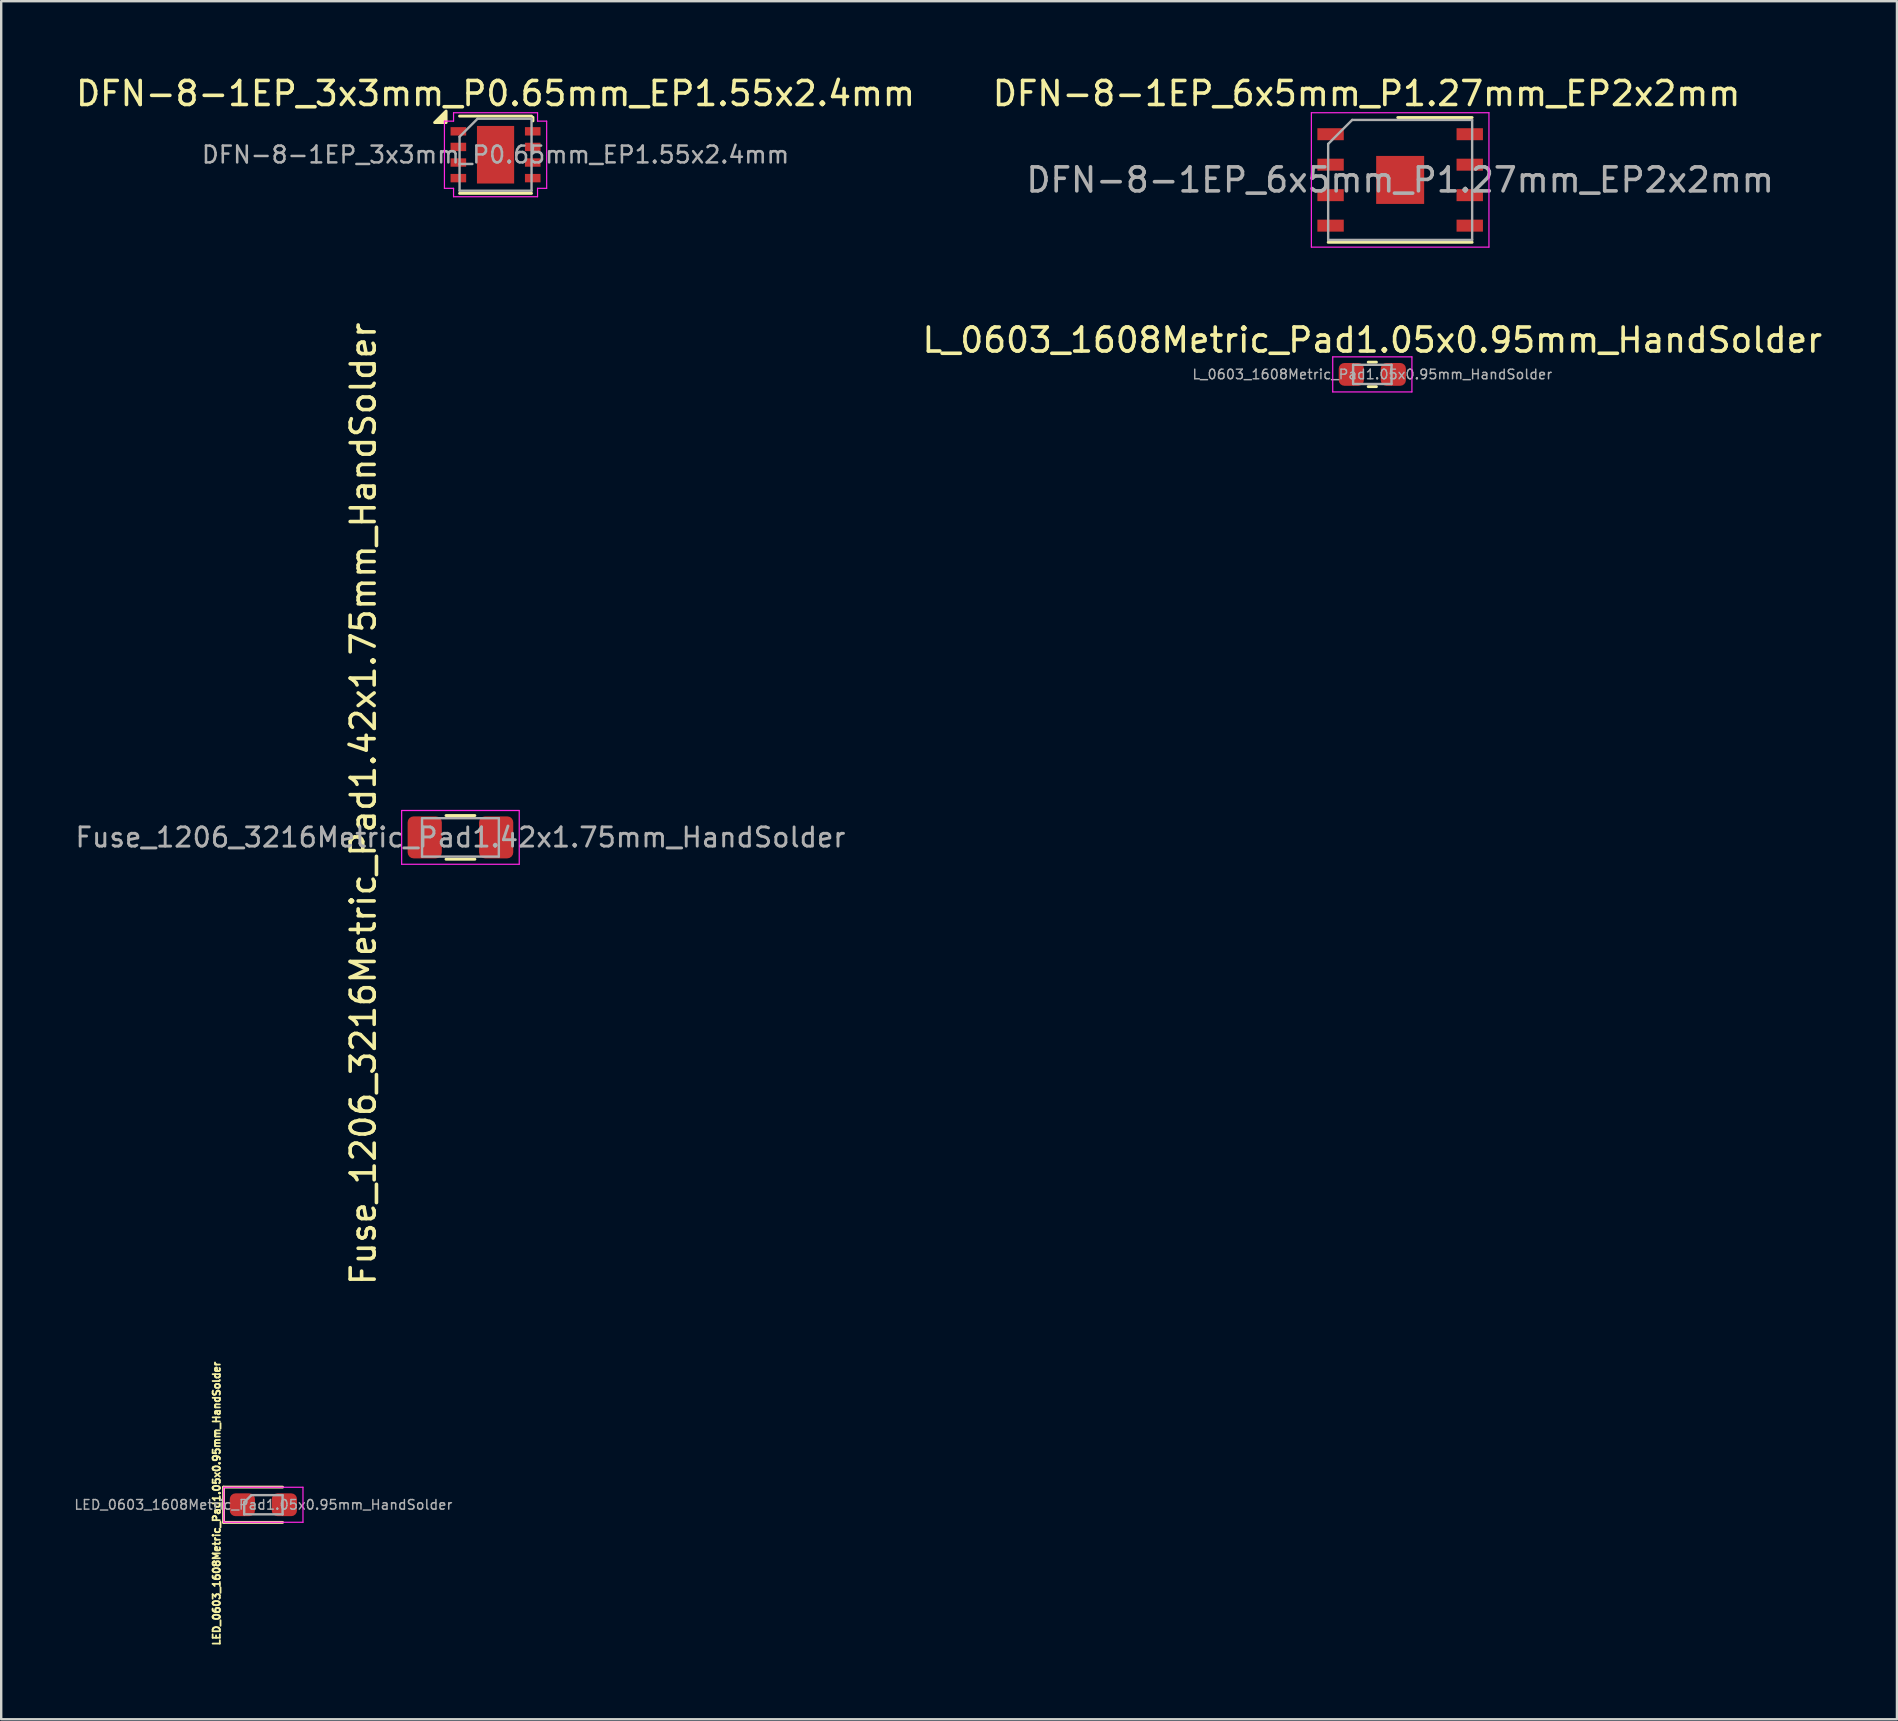
<source format=kicad_pcb>
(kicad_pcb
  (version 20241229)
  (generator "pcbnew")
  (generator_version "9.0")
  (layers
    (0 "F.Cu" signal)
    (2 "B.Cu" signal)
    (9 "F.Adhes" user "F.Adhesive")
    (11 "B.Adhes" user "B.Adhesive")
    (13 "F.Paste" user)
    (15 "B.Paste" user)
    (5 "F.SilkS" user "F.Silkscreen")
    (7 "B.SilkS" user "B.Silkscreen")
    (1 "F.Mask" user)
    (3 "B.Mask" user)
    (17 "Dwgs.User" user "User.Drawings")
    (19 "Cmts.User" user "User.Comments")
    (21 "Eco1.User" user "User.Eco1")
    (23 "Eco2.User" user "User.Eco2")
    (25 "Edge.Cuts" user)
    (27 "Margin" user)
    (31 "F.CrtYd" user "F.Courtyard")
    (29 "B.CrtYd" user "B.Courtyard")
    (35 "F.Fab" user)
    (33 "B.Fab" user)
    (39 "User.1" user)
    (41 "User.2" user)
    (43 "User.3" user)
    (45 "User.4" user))
  (footprint "DFN-8-1EP_6x5mm_P1.27mm_EP2x2mm"
    (layer "F.Cu")
    (at 55.299 4.448)
    (property "Reference" "DFN-8-1EP_6x5mm_P1.27mm_EP2x2mm" (at -1.4 -3.6 0) (layer "F.SilkS") (effects (font (size 1 1) (thickness 0.15))))
    (attr smd)
    (fp_line (start 3 -2.6) (end -0.1 -2.6) (stroke (width 0.12) (type solid)) (layer "F.SilkS"))
    (fp_line (start 3 2.6) (end -3 2.6) (stroke (width 0.12) (type solid)) (layer "F.SilkS"))
    (fp_line (start -3.7 -2.8) (end -3.7 2.8) (stroke (width 0.05) (type solid)) (layer "F.CrtYd"))
    (fp_line (start -3.7 2.8) (end 3.7 2.8) (stroke (width 0.05) (type solid)) (layer "F.CrtYd"))
    (fp_line (start 3.7 -2.8) (end -3.7 -2.8) (stroke (width 0.05) (type solid)) (layer "F.CrtYd"))
    (fp_line (start 3.7 2.8) (end 3.7 -2.8) (stroke (width 0.05) (type solid)) (layer "F.CrtYd"))
    (fp_line (start -3 -1.5) (end -3 2.5) (stroke (width 0.1) (type solid)) (layer "F.Fab"))
    (fp_line (start -3 -1.5) (end -2 -2.5) (stroke (width 0.1) (type solid)) (layer "F.Fab"))
    (fp_line (start -3 2.5) (end 3 2.5) (stroke (width 0.1) (type solid)) (layer "F.Fab"))
    (fp_line (start 3 -2.5) (end -2 -2.5) (stroke (width 0.1) (type solid)) (layer "F.Fab"))
    (fp_line (start 3 2.5) (end 3 -2.5) (stroke (width 0.1) (type solid)) (layer "F.Fab"))
    (fp_text user "${REFERENCE}" (at 0 0 0) (layer "F.Fab") (effects (font (size 1 1) (thickness 0.15))))
    (pad "" smd rect (at -0.5 -0.5 90) (size 0.8 0.8) (layers "F.Paste"))
    (pad "" smd rect (at -0.5 0.5 90) (size 0.8 0.8) (layers "F.Paste"))
    (pad "" smd rect (at 0.5 -0.5 90) (size 0.8 0.8) (layers "F.Paste"))
    (pad "" smd rect (at 0.5 0.5 90) (size 0.8 0.8) (layers "F.Paste"))
    (pad "1" smd rect (at -2.9 -1.905 90) (size 0.5 1.1) (layers "F.Cu" "F.Mask" "F.Paste"))
    (pad "2" smd rect (at -2.9 -0.635 90) (size 0.5 1.1) (layers "F.Cu" "F.Mask" "F.Paste"))
    (pad "3" smd rect (at -2.9 0.635 90) (size 0.5 1.1) (layers "F.Cu" "F.Mask" "F.Paste"))
    (pad "4" smd rect (at -2.9 1.905 90) (size 0.5 1.1) (layers "F.Cu" "F.Mask" "F.Paste"))
    (pad "5" smd rect (at 2.9 1.905 90) (size 0.5 1.1) (layers "F.Cu" "F.Mask" "F.Paste"))
    (pad "6" smd rect (at 2.9 0.635 90) (size 0.5 1.1) (layers "F.Cu" "F.Mask" "F.Paste"))
    (pad "7" smd rect (at 2.9 -0.635 90) (size 0.5 1.1) (layers "F.Cu" "F.Mask" "F.Paste"))
    (pad "8" smd rect (at 2.9 -1.905 90) (size 0.5 1.1) (layers "F.Cu" "F.Mask" "F.Paste"))
    (pad "9" smd rect (at 0 0 90) (size 2 2) (layers "F.Cu" "F.Mask")))
  (footprint "DFN-8-1EP_3x3mm_P0.65mm_EP1.55x2.4mm"
    (layer "F.Cu")
    (at 17.601 3.398)
    (property "Reference" "DFN-8-1EP_3x3mm_P0.65mm_EP1.55x2.4mm" (at 0 -2.55 0) (layer "F.SilkS") (effects (font (size 1 1) (thickness 0.15))))
    (attr smd)
    (fp_line (start -1.5 -1.61) (end 1.5 -1.61) (stroke (width 0.12) (type solid)) (layer "F.SilkS"))
    (fp_line (start -1.5 1.61) (end 1.5 1.61) (stroke (width 0.12) (type solid)) (layer "F.SilkS"))
    (fp_line (start 1.56 -1.56) (end 1.56 -1.41) (stroke (width 0.12) (type solid)) (layer "F.SilkS"))
    (fp_poly (pts (xy -2.06 -1.34) (xy -2.54 -1.34) (xy -2.06 -1.82) (xy -2.06 -1.34)) (stroke (width 0.12) (type solid)) (fill yes) (layer "F.SilkS"))
    (fp_line (start -2.13 -1.4) (end -2.13 1.4) (stroke (width 0.05) (type solid)) (layer "F.CrtYd"))
    (fp_line (start -1.75 -1.75) (end -1.75 -1.4) (stroke (width 0.05) (type solid)) (layer "F.CrtYd"))
    (fp_line (start -1.75 -1.75) (end 1.75 -1.75) (stroke (width 0.05) (type solid)) (layer "F.CrtYd"))
    (fp_line (start -1.75 -1.4) (end -2.13 -1.4) (stroke (width 0.05) (type solid)) (layer "F.CrtYd"))
    (fp_line (start -1.75 1.4) (end -2.13 1.4) (stroke (width 0.05) (type solid)) (layer "F.CrtYd"))
    (fp_line (start -1.75 1.75) (end -1.75 1.4) (stroke (width 0.05) (type solid)) (layer "F.CrtYd"))
    (fp_line (start -1.75 1.75) (end 1.75 1.75) (stroke (width 0.05) (type solid)) (layer "F.CrtYd"))
    (fp_line (start 1.75 -1.75) (end 1.75 -1.4) (stroke (width 0.05) (type solid)) (layer "F.CrtYd"))
    (fp_line (start 1.75 -1.4) (end 2.13 -1.4) (stroke (width 0.05) (type solid)) (layer "F.CrtYd"))
    (fp_line (start 1.75 1.4) (end 2.13 1.4) (stroke (width 0.05) (type solid)) (layer "F.CrtYd"))
    (fp_line (start 1.75 1.75) (end 1.75 1.4) (stroke (width 0.05) (type solid)) (layer "F.CrtYd"))
    (fp_line (start 2.13 -1.4) (end 2.13 1.4) (stroke (width 0.05) (type solid)) (layer "F.CrtYd"))
    (fp_line (start -1.5 -0.75) (end -0.75 -1.5) (stroke (width 0.1) (type solid)) (layer "F.Fab"))
    (fp_line (start -1.5 1.5) (end -1.5 -0.75) (stroke (width 0.1) (type solid)) (layer "F.Fab"))
    (fp_line (start -0.75 -1.5) (end 1.5 -1.5) (stroke (width 0.1) (type solid)) (layer "F.Fab"))
    (fp_line (start 1.5 -1.5) (end 1.5 1.5) (stroke (width 0.1) (type solid)) (layer "F.Fab"))
    (fp_line (start 1.5 1.5) (end -1.5 1.5) (stroke (width 0.1) (type solid)) (layer "F.Fab"))
    (fp_text user "${REFERENCE}" (at 0 0 0) (layer "F.Fab") (effects (font (size 0.7 0.7) (thickness 0.105))))
    (pad "" smd rect (at -0.388 -0.6 180) (size 0.6 1) (layers "F.Paste"))
    (pad "" smd rect (at -0.388 0.6 180) (size 0.6 1) (layers "F.Paste"))
    (pad "" smd rect (at 0.388 -0.6 180) (size 0.6 1) (layers "F.Paste"))
    (pad "" smd rect (at 0.388 0.6 180) (size 0.6 1) (layers "F.Paste"))
    (pad "1" smd rect (at -1.55 -0.975 180) (size 0.65 0.35) (layers "F.Cu" "F.Mask" "F.Paste"))
    (pad "2" smd rect (at -1.55 -0.325 180) (size 0.65 0.35) (layers "F.Cu" "F.Mask" "F.Paste"))
    (pad "3" smd rect (at -1.55 0.325 180) (size 0.65 0.35) (layers "F.Cu" "F.Mask" "F.Paste"))
    (pad "4" smd rect (at -1.55 0.975 180) (size 0.65 0.35) (layers "F.Cu" "F.Mask" "F.Paste"))
    (pad "5" smd rect (at 1.55 0.975 180) (size 0.65 0.35) (layers "F.Cu" "F.Mask" "F.Paste"))
    (pad "6" smd rect (at 1.55 0.325 180) (size 0.65 0.35) (layers "F.Cu" "F.Mask" "F.Paste"))
    (pad "7" smd rect (at 1.55 -0.325 180) (size 0.65 0.35) (layers "F.Cu" "F.Mask" "F.Paste"))
    (pad "8" smd rect (at 1.55 -0.975 180) (size 0.65 0.35) (layers "F.Cu" "F.Mask" "F.Paste"))
    (pad "9" smd rect (at 0 0 180) (size 1.55 2.4) (layers "F.Cu" "F.Mask")))
  (footprint "LED_0603_1608Metric_Pad1.05x0.95mm_HandSolder"
    (layer "F.Cu")
    (at 7.926 59.658)
    (property "Reference" "LED_0603_1608Metric_Pad1.05x0.95mm_HandSolder" (at -1.95 -0.05 90) (layer "F.SilkS") (effects (font (size 0.3 0.3) (thickness 0.075))))
    (attr smd)
    (fp_line (start -1.66 -0.735) (end -1.66 0.735) (stroke (width 0.12) (type solid)) (layer "F.SilkS"))
    (fp_line (start -1.66 0.735) (end 0.8 0.735) (stroke (width 0.12) (type solid)) (layer "F.SilkS"))
    (fp_line (start 0.8 -0.735) (end -1.66 -0.735) (stroke (width 0.12) (type solid)) (layer "F.SilkS"))
    (fp_line (start -1.65 -0.73) (end 1.65 -0.73) (stroke (width 0.05) (type solid)) (layer "F.CrtYd"))
    (fp_line (start -1.65 0.73) (end -1.65 -0.73) (stroke (width 0.05) (type solid)) (layer "F.CrtYd"))
    (fp_line (start 1.65 -0.73) (end 1.65 0.73) (stroke (width 0.05) (type solid)) (layer "F.CrtYd"))
    (fp_line (start 1.65 0.73) (end -1.65 0.73) (stroke (width 0.05) (type solid)) (layer "F.CrtYd"))
    (fp_line (start -0.8 -0.1) (end -0.8 0.4) (stroke (width 0.1) (type solid)) (layer "F.Fab"))
    (fp_line (start -0.8 0.4) (end 0.8 0.4) (stroke (width 0.1) (type solid)) (layer "F.Fab"))
    (fp_line (start -0.5 -0.4) (end -0.8 -0.1) (stroke (width 0.1) (type solid)) (layer "F.Fab"))
    (fp_line (start 0.8 -0.4) (end -0.5 -0.4) (stroke (width 0.1) (type solid)) (layer "F.Fab"))
    (fp_line (start 0.8 0.4) (end 0.8 -0.4) (stroke (width 0.1) (type solid)) (layer "F.Fab"))
    (fp_text user "${REFERENCE}" (at 0 0 0) (layer "F.Fab") (effects (font (size 0.4 0.4) (thickness 0.06))))
    (pad "1" smd roundrect (at -0.875 0) (size 1.05 0.95) (layers "F.Cu" "F.Mask" "F.Paste") (roundrect_rratio 0.25))
    (pad "2" smd roundrect (at 0.875 0) (size 1.05 0.95) (layers "F.Cu" "F.Mask" "F.Paste") (roundrect_rratio 0.25)))
  (footprint "Fuse_1206_3216Metric_Pad1.42x1.75mm_HandSolder"
    (layer "F.Cu")
    (at 16.138 31.846)
    (property "Reference" "Fuse_1206_3216Metric_Pad1.42x1.75mm_HandSolder" (at -4.05 -1.4 90) (layer "F.SilkS") (effects (font (size 1 1) (thickness 0.15))))
    (attr smd)
    (fp_line (start -0.602 -0.91) (end 0.602 -0.91) (stroke (width 0.12) (type solid)) (layer "F.SilkS"))
    (fp_line (start -0.602 0.91) (end 0.602 0.91) (stroke (width 0.12) (type solid)) (layer "F.SilkS"))
    (fp_line (start -2.45 -1.12) (end 2.45 -1.12) (stroke (width 0.05) (type solid)) (layer "F.CrtYd"))
    (fp_line (start -2.45 1.12) (end -2.45 -1.12) (stroke (width 0.05) (type solid)) (layer "F.CrtYd"))
    (fp_line (start 2.45 -1.12) (end 2.45 1.12) (stroke (width 0.05) (type solid)) (layer "F.CrtYd"))
    (fp_line (start 2.45 1.12) (end -2.45 1.12) (stroke (width 0.05) (type solid)) (layer "F.CrtYd"))
    (fp_line (start -1.6 -0.8) (end 1.6 -0.8) (stroke (width 0.1) (type solid)) (layer "F.Fab"))
    (fp_line (start -1.6 0.8) (end -1.6 -0.8) (stroke (width 0.1) (type solid)) (layer "F.Fab"))
    (fp_line (start 1.6 -0.8) (end 1.6 0.8) (stroke (width 0.1) (type solid)) (layer "F.Fab"))
    (fp_line (start 1.6 0.8) (end -1.6 0.8) (stroke (width 0.1) (type solid)) (layer "F.Fab"))
    (fp_text user "${REFERENCE}" (at 0 0 0) (layer "F.Fab") (effects (font (size 0.8 0.8) (thickness 0.12))))
    (pad "1" smd roundrect (at -1.488 0) (size 1.425 1.75) (layers "F.Cu" "F.Mask" "F.Paste") (roundrect_rratio 0.175))
    (pad "2" smd roundrect (at 1.488 0) (size 1.425 1.75) (layers "F.Cu" "F.Mask" "F.Paste") (roundrect_rratio 0.175)))
  (footprint "L_0603_1608Metric_Pad1.05x0.95mm_HandSolder"
    (layer "F.Cu")
    (at 54.139 12.552)
    (property "Reference" "L_0603_1608Metric_Pad1.05x0.95mm_HandSolder" (at 0 -1.43 0) (layer "F.SilkS") (effects (font (size 1 1) (thickness 0.15))))
    (attr smd)
    (fp_line (start -0.171 -0.51) (end 0.171 -0.51) (stroke (width 0.12) (type solid)) (layer "F.SilkS"))
    (fp_line (start -0.171 0.51) (end 0.171 0.51) (stroke (width 0.12) (type solid)) (layer "F.SilkS"))
    (fp_line (start -1.65 -0.73) (end 1.65 -0.73) (stroke (width 0.05) (type solid)) (layer "F.CrtYd"))
    (fp_line (start -1.65 0.73) (end -1.65 -0.73) (stroke (width 0.05) (type solid)) (layer "F.CrtYd"))
    (fp_line (start 1.65 -0.73) (end 1.65 0.73) (stroke (width 0.05) (type solid)) (layer "F.CrtYd"))
    (fp_line (start 1.65 0.73) (end -1.65 0.73) (stroke (width 0.05) (type solid)) (layer "F.CrtYd"))
    (fp_line (start -0.8 -0.4) (end 0.8 -0.4) (stroke (width 0.1) (type solid)) (layer "F.Fab"))
    (fp_line (start -0.8 0.4) (end -0.8 -0.4) (stroke (width 0.1) (type solid)) (layer "F.Fab"))
    (fp_line (start 0.8 -0.4) (end 0.8 0.4) (stroke (width 0.1) (type solid)) (layer "F.Fab"))
    (fp_line (start 0.8 0.4) (end -0.8 0.4) (stroke (width 0.1) (type solid)) (layer "F.Fab"))
    (fp_text user "${REFERENCE}" (at 0 0 0) (layer "F.Fab") (effects (font (size 0.4 0.4) (thickness 0.06))))
    (pad "1" smd roundrect (at -0.875 0 180) (size 1.05 0.95) (layers "F.Cu" "F.Mask" "F.Paste") (roundrect_rratio 0.25))
    (pad "2" smd roundrect (at 0.875 0 180) (size 1.05 0.95) (layers "F.Cu" "F.Mask" "F.Paste") (roundrect_rratio 0.25)))
  (gr_rect
    (start -3 -3)
    (end 76.002 68.598)
    (stroke (width 0.1) (type default))
    (fill no)
    (layer "Edge.Cuts")))
</source>
